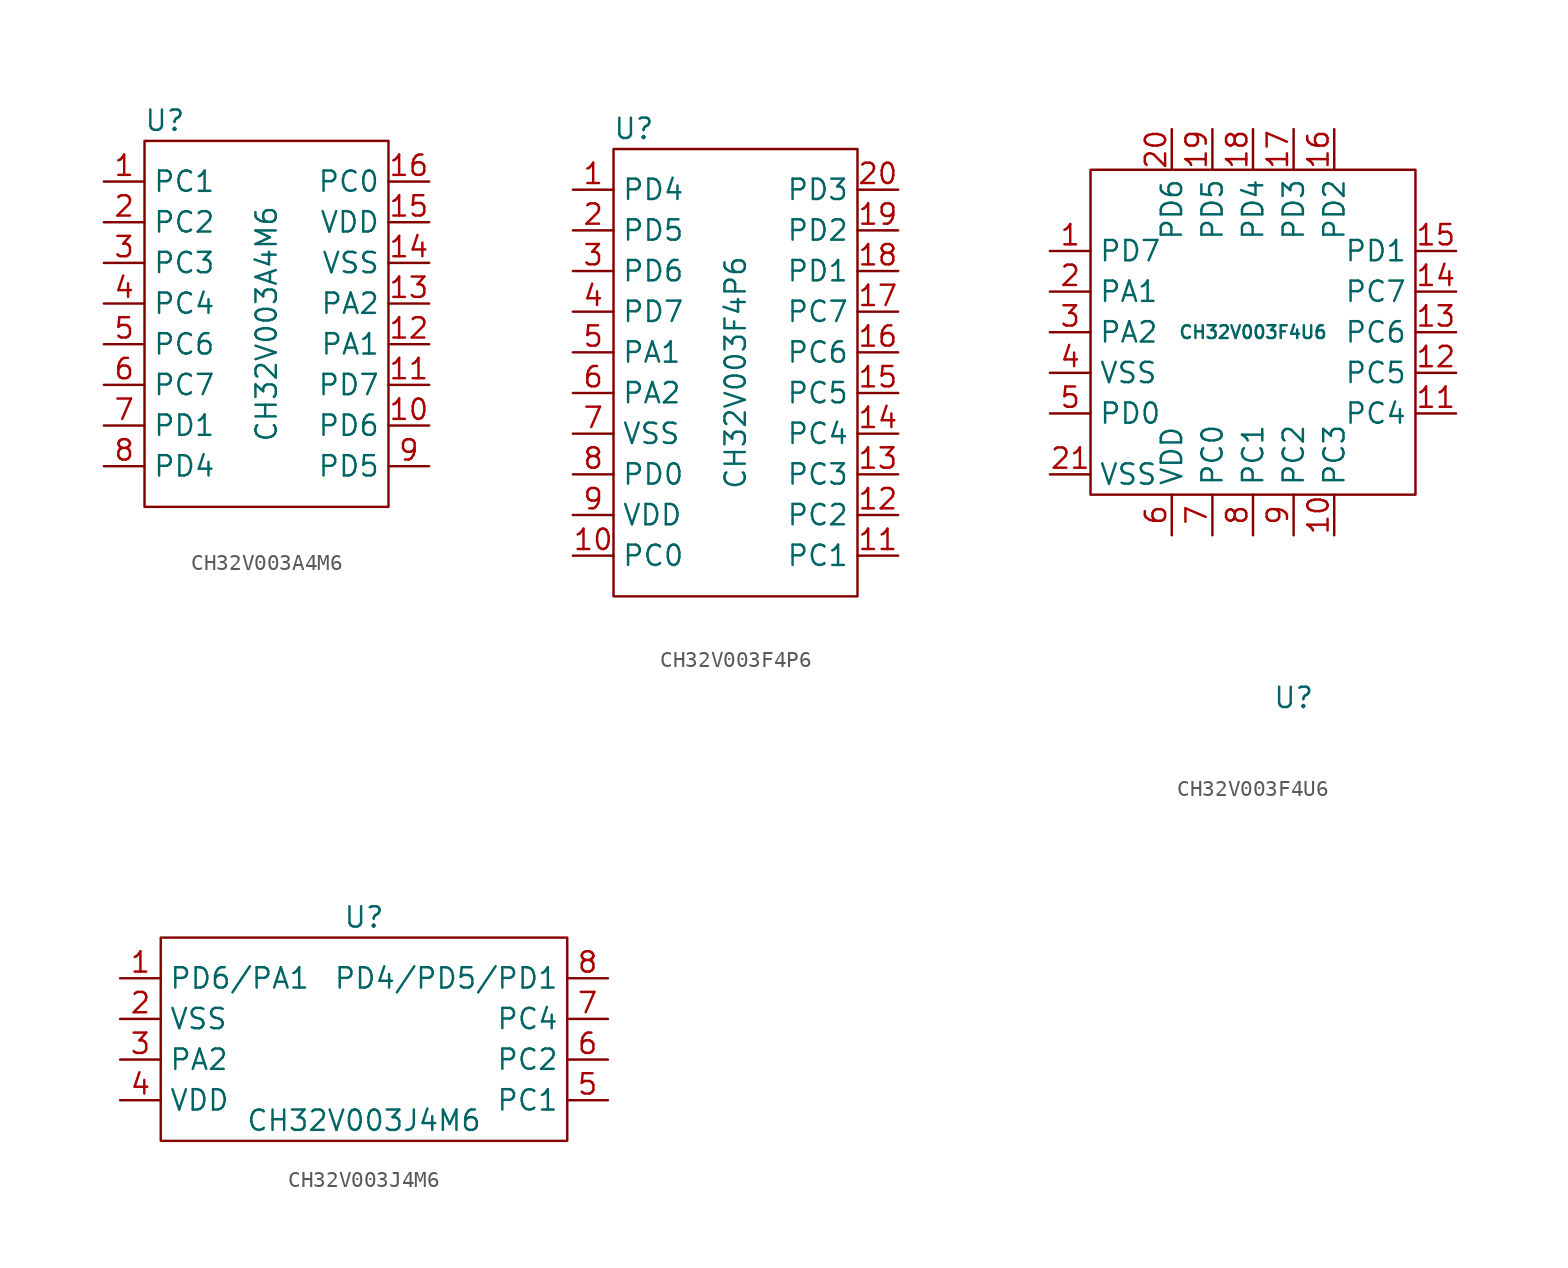
<source format=kicad_sym>
(kicad_symbol_lib
  (version 20220914)
  (generator kicad_symbol_editor)
  (symbol "CH32V003A4M6"
    (property "Reference" "U"
      (at -6.35 12.7 0)
      (effects (font (size 1.27 1.27))))
    (property "Value" "CH32V003A4M6"
      (at 0 0 90)
      (effects (font (size 1.27 1.27))))
    (symbol "CH32V003A4M6_0_1"
      (rectangle (start -7.62 11.43) (end 7.62 -11.43) (stroke (width 0) (type default)) (fill (type none))))
    (symbol "CH32V003A4M6_1_1"
      (pin bidirectional line (at -10.16 8.89 0) (length 2.54) (name "PC1" (effects (font (size 1.27 1.27)))) (number "1" (effects (font (size 1.27 1.27)))))
      (pin bidirectional line (at 10.16 -6.35 180) (length 2.54) (name "PD6" (effects (font (size 1.27 1.27)))) (number "10" (effects (font (size 1.27 1.27)))))
      (pin bidirectional line (at 10.16 -3.81 180) (length 2.54) (name "PD7" (effects (font (size 1.27 1.27)))) (number "11" (effects (font (size 1.27 1.27)))))
      (pin bidirectional line (at 10.16 -1.27 180) (length 2.54) (name "PA1" (effects (font (size 1.27 1.27)))) (number "12" (effects (font (size 1.27 1.27)))))
      (pin bidirectional line (at 10.16 1.27 180) (length 2.54) (name "PA2" (effects (font (size 1.27 1.27)))) (number "13" (effects (font (size 1.27 1.27)))))
      (pin power_in line (at 10.16 3.81 180) (length 2.54) (name "VSS" (effects (font (size 1.27 1.27)))) (number "14" (effects (font (size 1.27 1.27)))))
      (pin power_in line (at 10.16 6.35 180) (length 2.54) (name "VDD" (effects (font (size 1.27 1.27)))) (number "15" (effects (font (size 1.27 1.27)))))
      (pin bidirectional line (at 10.16 8.89 180) (length 2.54) (name "PC0" (effects (font (size 1.27 1.27)))) (number "16" (effects (font (size 1.27 1.27)))))
      (pin bidirectional line (at -10.16 6.35 0) (length 2.54) (name "PC2" (effects (font (size 1.27 1.27)))) (number "2" (effects (font (size 1.27 1.27)))))
      (pin bidirectional line (at -10.16 3.81 0) (length 2.54) (name "PC3" (effects (font (size 1.27 1.27)))) (number "3" (effects (font (size 1.27 1.27)))))
      (pin bidirectional line (at -10.16 1.27 0) (length 2.54) (name "PC4" (effects (font (size 1.27 1.27)))) (number "4" (effects (font (size 1.27 1.27)))))
      (pin bidirectional line (at -10.16 -1.27 0) (length 2.54) (name "PC6" (effects (font (size 1.27 1.27)))) (number "5" (effects (font (size 1.27 1.27)))))
      (pin bidirectional line (at -10.16 -3.81 0) (length 2.54) (name "PC7" (effects (font (size 1.27 1.27)))) (number "6" (effects (font (size 1.27 1.27)))))
      (pin bidirectional line (at -10.16 -6.35 0) (length 2.54) (name "PD1" (effects (font (size 1.27 1.27)))) (number "7" (effects (font (size 1.27 1.27)))))
      (pin bidirectional line (at -10.16 -8.89 0) (length 2.54) (name "PD4" (effects (font (size 1.27 1.27)))) (number "8" (effects (font (size 1.27 1.27)))))
      (pin bidirectional line (at 10.16 -8.89 180) (length 2.54) (name "PD5" (effects (font (size 1.27 1.27)))) (number "9" (effects (font (size 1.27 1.27)))))))
  (symbol "CH32V003F4P6"
    (property "Reference" "U"
      (at -6.35 15.24 0)
      (effects (font (size 1.27 1.27))))
    (property "Value" "CH32V003F4P6"
      (at 0 0 90)
      (effects (font (size 1.27 1.27))))
    (symbol "CH32V003F4P6_0_1"
      (rectangle (start -7.62 13.97) (end 7.62 -13.97) (stroke (width 0) (type default)) (fill (type none))))
    (symbol "CH32V003F4P6_1_1"
      (pin bidirectional line (at -10.16 11.43 0) (length 2.54) (name "PD4" (effects (font (size 1.27 1.27)))) (number "1" (effects (font (size 1.27 1.27)))))
      (pin bidirectional line (at -10.16 -11.43 0) (length 2.54) (name "PC0" (effects (font (size 1.27 1.27)))) (number "10" (effects (font (size 1.27 1.27)))))
      (pin bidirectional line (at 10.16 -11.43 180) (length 2.54) (name "PC1" (effects (font (size 1.27 1.27)))) (number "11" (effects (font (size 1.27 1.27)))))
      (pin bidirectional line (at 10.16 -8.89 180) (length 2.54) (name "PC2" (effects (font (size 1.27 1.27)))) (number "12" (effects (font (size 1.27 1.27)))))
      (pin bidirectional line (at 10.16 -6.35 180) (length 2.54) (name "PC3" (effects (font (size 1.27 1.27)))) (number "13" (effects (font (size 1.27 1.27)))))
      (pin bidirectional line (at 10.16 -3.81 180) (length 2.54) (name "PC4" (effects (font (size 1.27 1.27)))) (number "14" (effects (font (size 1.27 1.27)))))
      (pin bidirectional line (at 10.16 -1.27 180) (length 2.54) (name "PC5" (effects (font (size 1.27 1.27)))) (number "15" (effects (font (size 1.27 1.27)))))
      (pin bidirectional line (at 10.16 1.27 180) (length 2.54) (name "PC6" (effects (font (size 1.27 1.27)))) (number "16" (effects (font (size 1.27 1.27)))))
      (pin bidirectional line (at 10.16 3.81 180) (length 2.54) (name "PC7" (effects (font (size 1.27 1.27)))) (number "17" (effects (font (size 1.27 1.27)))))
      (pin bidirectional line (at 10.16 6.35 180) (length 2.54) (name "PD1" (effects (font (size 1.27 1.27)))) (number "18" (effects (font (size 1.27 1.27)))))
      (pin bidirectional line (at 10.16 8.89 180) (length 2.54) (name "PD2" (effects (font (size 1.27 1.27)))) (number "19" (effects (font (size 1.27 1.27)))))
      (pin bidirectional line (at -10.16 8.89 0) (length 2.54) (name "PD5" (effects (font (size 1.27 1.27)))) (number "2" (effects (font (size 1.27 1.27)))))
      (pin bidirectional line (at 10.16 11.43 180) (length 2.54) (name "PD3" (effects (font (size 1.27 1.27)))) (number "20" (effects (font (size 1.27 1.27)))))
      (pin bidirectional line (at -10.16 6.35 0) (length 2.54) (name "PD6" (effects (font (size 1.27 1.27)))) (number "3" (effects (font (size 1.27 1.27)))))
      (pin bidirectional line (at -10.16 3.81 0) (length 2.54) (name "PD7" (effects (font (size 1.27 1.27)))) (number "4" (effects (font (size 1.27 1.27)))))
      (pin bidirectional line (at -10.16 1.27 0) (length 2.54) (name "PA1" (effects (font (size 1.27 1.27)))) (number "5" (effects (font (size 1.27 1.27)))))
      (pin bidirectional line (at -10.16 -1.27 0) (length 2.54) (name "PA2" (effects (font (size 1.27 1.27)))) (number "6" (effects (font (size 1.27 1.27)))))
      (pin power_in line (at -10.16 -3.81 0) (length 2.54) (name "VSS" (effects (font (size 1.27 1.27)))) (number "7" (effects (font (size 1.27 1.27)))))
      (pin bidirectional line (at -10.16 -6.35 0) (length 2.54) (name "PD0" (effects (font (size 1.27 1.27)))) (number "8" (effects (font (size 1.27 1.27)))))
      (pin power_in line (at -10.16 -8.89 0) (length 2.54) (name "VDD" (effects (font (size 1.27 1.27)))) (number "9" (effects (font (size 1.27 1.27)))))))
  (symbol "CH32V003F4U6"
    (property "Reference" "U"
      (at 2.54 -22.86 0)
      (effects (font (size 1.27 1.27))))
    (property "Value" "CH32V003F4U6"
      (at 0 0 0)
      (effects (font (size 0.8 0.8))))
    (symbol "CH32V003F4U6_0_1"
      (rectangle (start -10.16 10.16) (end 10.16 -10.16) (stroke (width 0) (type default)) (fill (type none))))
    (symbol "CH32V003F4U6_1_1"
      (pin bidirectional line (at -12.7 5.08 0) (length 2.54) (name "PD7" (effects (font (size 1.27 1.27)))) (number "1" (effects (font (size 1.27 1.27)))))
      (pin bidirectional line (at 5.08 -12.7 90) (length 2.54) (name "PC3" (effects (font (size 1.27 1.27)))) (number "10" (effects (font (size 1.27 1.27)))))
      (pin bidirectional line (at 12.7 -5.08 180) (length 2.54) (name "PC4" (effects (font (size 1.27 1.27)))) (number "11" (effects (font (size 1.27 1.27)))))
      (pin bidirectional line (at 12.7 -2.54 180) (length 2.54) (name "PC5" (effects (font (size 1.27 1.27)))) (number "12" (effects (font (size 1.27 1.27)))))
      (pin bidirectional line (at 12.7 0 180) (length 2.54) (name "PC6" (effects (font (size 1.27 1.27)))) (number "13" (effects (font (size 1.27 1.27)))))
      (pin bidirectional line (at 12.7 2.54 180) (length 2.54) (name "PC7" (effects (font (size 1.27 1.27)))) (number "14" (effects (font (size 1.27 1.27)))))
      (pin bidirectional line (at 12.7 5.08 180) (length 2.54) (name "PD1" (effects (font (size 1.27 1.27)))) (number "15" (effects (font (size 1.27 1.27)))))
      (pin bidirectional line (at 5.08 12.7 270) (length 2.54) (name "PD2" (effects (font (size 1.27 1.27)))) (number "16" (effects (font (size 1.27 1.27)))))
      (pin bidirectional line (at 2.54 12.7 270) (length 2.54) (name "PD3" (effects (font (size 1.27 1.27)))) (number "17" (effects (font (size 1.27 1.27)))))
      (pin bidirectional line (at 0 12.7 270) (length 2.54) (name "PD4" (effects (font (size 1.27 1.27)))) (number "18" (effects (font (size 1.27 1.27)))))
      (pin bidirectional line (at -2.54 12.7 270) (length 2.54) (name "PD5" (effects (font (size 1.27 1.27)))) (number "19" (effects (font (size 1.27 1.27)))))
      (pin bidirectional line (at -12.7 2.54 0) (length 2.54) (name "PA1" (effects (font (size 1.27 1.27)))) (number "2" (effects (font (size 1.27 1.27)))))
      (pin bidirectional line (at -5.08 12.7 270) (length 2.54) (name "PD6" (effects (font (size 1.27 1.27)))) (number "20" (effects (font (size 1.27 1.27)))))
      (pin power_in line (at -12.7 -8.89 0) (length 2.54) (name "VSS" (effects (font (size 1.27 1.27)))) (number "21" (effects (font (size 1.27 1.27)))))
      (pin bidirectional line (at -12.7 0 0) (length 2.54) (name "PA2" (effects (font (size 1.27 1.27)))) (number "3" (effects (font (size 1.27 1.27)))))
      (pin power_in line (at -12.7 -2.54 0) (length 2.54) (name "VSS" (effects (font (size 1.27 1.27)))) (number "4" (effects (font (size 1.27 1.27)))))
      (pin bidirectional line (at -12.7 -5.08 0) (length 2.54) (name "PD0" (effects (font (size 1.27 1.27)))) (number "5" (effects (font (size 1.27 1.27)))))
      (pin power_in line (at -5.08 -12.7 90) (length 2.54) (name "VDD" (effects (font (size 1.27 1.27)))) (number "6" (effects (font (size 1.27 1.27)))))
      (pin bidirectional line (at -2.54 -12.7 90) (length 2.54) (name "PC0" (effects (font (size 1.27 1.27)))) (number "7" (effects (font (size 1.27 1.27)))))
      (pin bidirectional line (at 0 -12.7 90) (length 2.54) (name "PC1" (effects (font (size 1.27 1.27)))) (number "8" (effects (font (size 1.27 1.27)))))
      (pin bidirectional line (at 2.54 -12.7 90) (length 2.54) (name "PC2" (effects (font (size 1.27 1.27)))) (number "9" (effects (font (size 1.27 1.27)))))))
  (symbol "CH32V003J4M6"
    (property "Reference" "U"
      (at 0 7.62 0)
      (effects (font (size 1.27 1.27))))
    (property "Value" "CH32V003J4M6"
      (at 0 -5.08 0)
      (effects (font (size 1.27 1.27))))
    (symbol "CH32V003J4M6_0_1"
      (rectangle (start -12.7 6.35) (end 12.7 -6.35) (stroke (width 0) (type default)) (fill (type none))))
    (symbol "CH32V003J4M6_1_1"
      (pin bidirectional line (at -15.24 3.81 0) (length 2.54) (name "PD6/PA1" (effects (font (size 1.27 1.27)))) (number "1" (effects (font (size 1.27 1.27)))))
      (pin power_in line (at -15.24 1.27 0) (length 2.54) (name "VSS" (effects (font (size 1.27 1.27)))) (number "2" (effects (font (size 1.27 1.27)))))
      (pin bidirectional line (at -15.24 -1.27 0) (length 2.54) (name "PA2" (effects (font (size 1.27 1.27)))) (number "3" (effects (font (size 1.27 1.27)))))
      (pin power_in line (at -15.24 -3.81 0) (length 2.54) (name "VDD" (effects (font (size 1.27 1.27)))) (number "4" (effects (font (size 1.27 1.27)))))
      (pin bidirectional line (at 15.24 -3.81 180) (length 2.54) (name "PC1" (effects (font (size 1.27 1.27)))) (number "5" (effects (font (size 1.27 1.27)))))
      (pin bidirectional line (at 15.24 -1.27 180) (length 2.54) (name "PC2" (effects (font (size 1.27 1.27)))) (number "6" (effects (font (size 1.27 1.27)))))
      (pin bidirectional line (at 15.24 1.27 180) (length 2.54) (name "PC4" (effects (font (size 1.27 1.27)))) (number "7" (effects (font (size 1.27 1.27)))))
      (pin bidirectional line (at 15.24 3.81 180) (length 2.54) (name "PD4/PD5/PD1" (effects (font (size 1.27 1.27)))) (number "8" (effects (font (size 1.27 1.27))))))))
</source>
